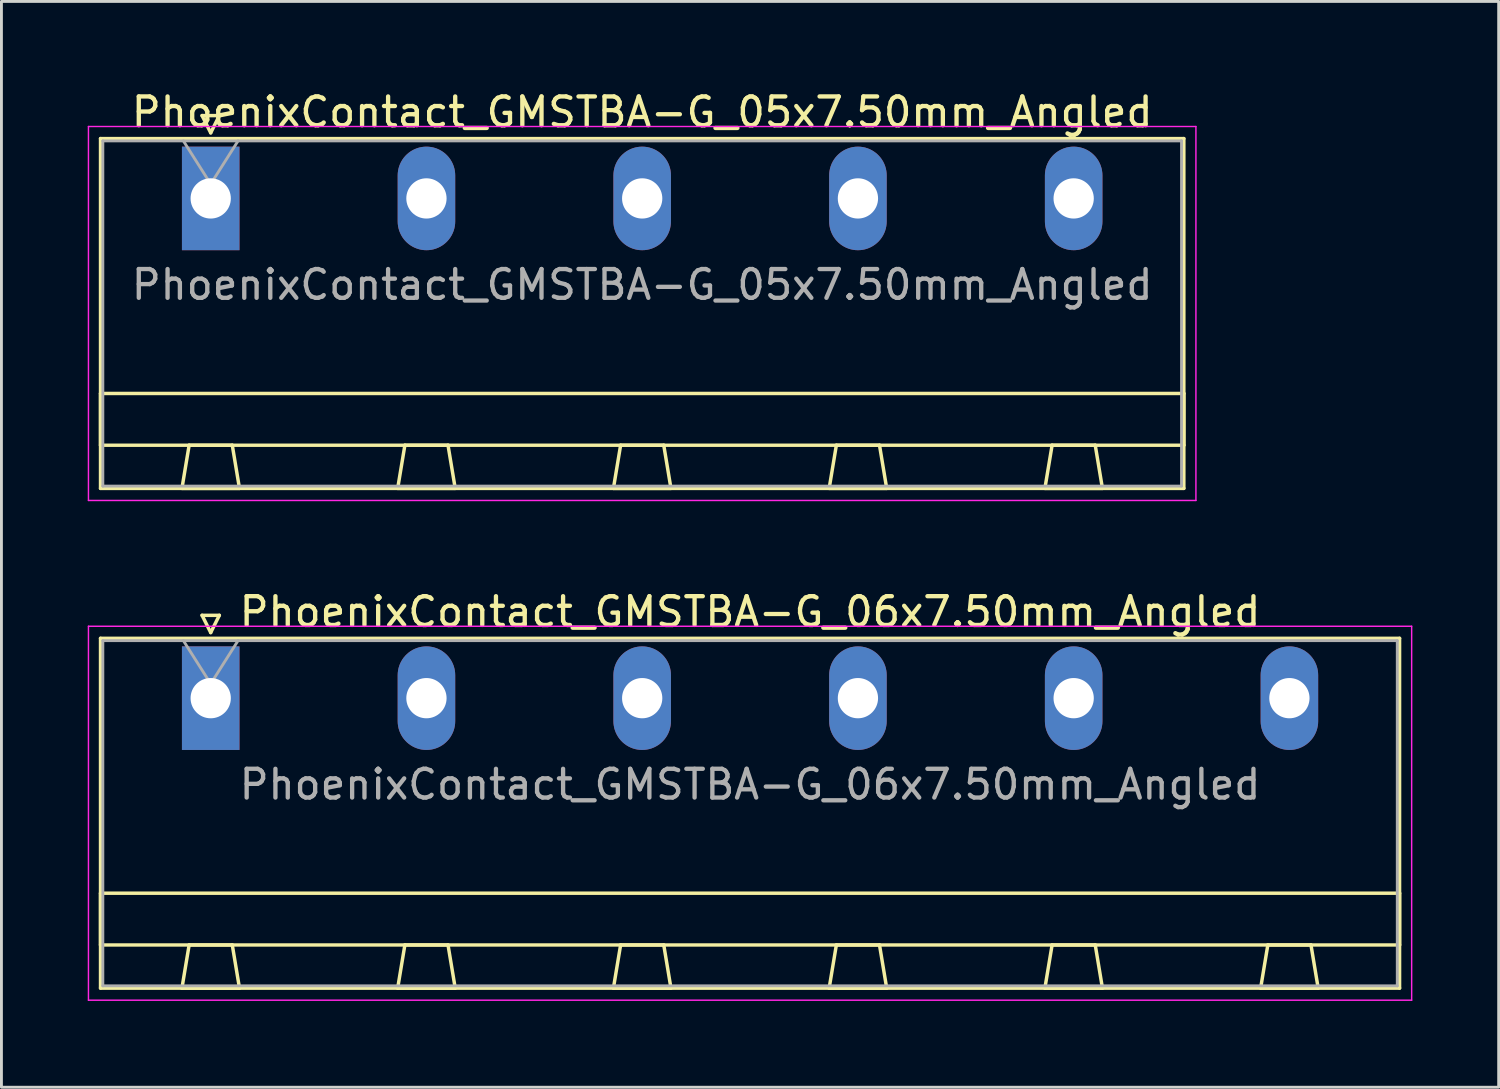
<source format=kicad_pcb>
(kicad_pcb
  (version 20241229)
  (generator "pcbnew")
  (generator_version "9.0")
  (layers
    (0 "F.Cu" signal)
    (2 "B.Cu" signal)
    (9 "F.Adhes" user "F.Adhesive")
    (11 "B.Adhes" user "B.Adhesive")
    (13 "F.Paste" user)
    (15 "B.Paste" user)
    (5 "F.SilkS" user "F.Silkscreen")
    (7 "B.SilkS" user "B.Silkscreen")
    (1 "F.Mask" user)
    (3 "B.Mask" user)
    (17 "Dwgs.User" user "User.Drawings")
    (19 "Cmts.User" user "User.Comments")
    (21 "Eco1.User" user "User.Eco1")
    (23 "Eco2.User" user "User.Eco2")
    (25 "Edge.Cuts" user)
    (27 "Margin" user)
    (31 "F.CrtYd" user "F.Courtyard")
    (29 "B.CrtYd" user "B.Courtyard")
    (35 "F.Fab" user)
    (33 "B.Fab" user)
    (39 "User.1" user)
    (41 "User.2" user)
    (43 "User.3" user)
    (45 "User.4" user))
  (footprint "PhoenixContact_GMSTBA-G_06x7.50mm_Angled"
    (layer "F.Cu")
    (at 4.275 21.221)
    (property "Reference" "PhoenixContact_GMSTBA-G_06x7.50mm_Angled" (at 18.75 -3 0) (layer "F.SilkS") (effects (font (size 1 1) (thickness 0.15))))
    (attr through_hole)
    (fp_line (start -3.83 -2.08) (end -3.83 10.08) (stroke (width 0.12) (type solid)) (layer "F.SilkS"))
    (fp_line (start -3.83 6.78) (end 41.33 6.78) (stroke (width 0.12) (type solid)) (layer "F.SilkS"))
    (fp_line (start -3.83 8.58) (end -3.83 6.78) (stroke (width 0.12) (type solid)) (layer "F.SilkS"))
    (fp_line (start -3.83 10.08) (end 41.33 10.08) (stroke (width 0.12) (type solid)) (layer "F.SilkS"))
    (fp_line (start -1 10.08) (end 1 10.08) (stroke (width 0.12) (type solid)) (layer "F.SilkS"))
    (fp_line (start -0.75 8.58) (end -1 10.08) (stroke (width 0.12) (type solid)) (layer "F.SilkS"))
    (fp_line (start -0.3 -2.88) (end 0.3 -2.88) (stroke (width 0.12) (type solid)) (layer "F.SilkS"))
    (fp_line (start 0 -2.28) (end -0.3 -2.88) (stroke (width 0.12) (type solid)) (layer "F.SilkS"))
    (fp_line (start 0.3 -2.88) (end 0 -2.28) (stroke (width 0.12) (type solid)) (layer "F.SilkS"))
    (fp_line (start 0.75 8.58) (end -0.75 8.58) (stroke (width 0.12) (type solid)) (layer "F.SilkS"))
    (fp_line (start 1 10.08) (end 0.75 8.58) (stroke (width 0.12) (type solid)) (layer "F.SilkS"))
    (fp_line (start 6.5 10.08) (end 8.5 10.08) (stroke (width 0.12) (type solid)) (layer "F.SilkS"))
    (fp_line (start 6.75 8.58) (end 6.5 10.08) (stroke (width 0.12) (type solid)) (layer "F.SilkS"))
    (fp_line (start 8.25 8.58) (end 6.75 8.58) (stroke (width 0.12) (type solid)) (layer "F.SilkS"))
    (fp_line (start 8.5 10.08) (end 8.25 8.58) (stroke (width 0.12) (type solid)) (layer "F.SilkS"))
    (fp_line (start 14 10.08) (end 16 10.08) (stroke (width 0.12) (type solid)) (layer "F.SilkS"))
    (fp_line (start 14.25 8.58) (end 14 10.08) (stroke (width 0.12) (type solid)) (layer "F.SilkS"))
    (fp_line (start 15.75 8.58) (end 14.25 8.58) (stroke (width 0.12) (type solid)) (layer "F.SilkS"))
    (fp_line (start 16 10.08) (end 15.75 8.58) (stroke (width 0.12) (type solid)) (layer "F.SilkS"))
    (fp_line (start 21.5 10.08) (end 23.5 10.08) (stroke (width 0.12) (type solid)) (layer "F.SilkS"))
    (fp_line (start 21.75 8.58) (end 21.5 10.08) (stroke (width 0.12) (type solid)) (layer "F.SilkS"))
    (fp_line (start 23.25 8.58) (end 21.75 8.58) (stroke (width 0.12) (type solid)) (layer "F.SilkS"))
    (fp_line (start 23.5 10.08) (end 23.25 8.58) (stroke (width 0.12) (type solid)) (layer "F.SilkS"))
    (fp_line (start 29 10.08) (end 31 10.08) (stroke (width 0.12) (type solid)) (layer "F.SilkS"))
    (fp_line (start 29.25 8.58) (end 29 10.08) (stroke (width 0.12) (type solid)) (layer "F.SilkS"))
    (fp_line (start 30.75 8.58) (end 29.25 8.58) (stroke (width 0.12) (type solid)) (layer "F.SilkS"))
    (fp_line (start 31 10.08) (end 30.75 8.58) (stroke (width 0.12) (type solid)) (layer "F.SilkS"))
    (fp_line (start 36.5 10.08) (end 38.5 10.08) (stroke (width 0.12) (type solid)) (layer "F.SilkS"))
    (fp_line (start 36.75 8.58) (end 36.5 10.08) (stroke (width 0.12) (type solid)) (layer "F.SilkS"))
    (fp_line (start 38.25 8.58) (end 36.75 8.58) (stroke (width 0.12) (type solid)) (layer "F.SilkS"))
    (fp_line (start 38.5 10.08) (end 38.25 8.58) (stroke (width 0.12) (type solid)) (layer "F.SilkS"))
    (fp_line (start 41.33 -2.08) (end -3.83 -2.08) (stroke (width 0.12) (type solid)) (layer "F.SilkS"))
    (fp_line (start 41.33 6.78) (end 41.33 8.58) (stroke (width 0.12) (type solid)) (layer "F.SilkS"))
    (fp_line (start 41.33 8.58) (end -3.83 8.58) (stroke (width 0.12) (type solid)) (layer "F.SilkS"))
    (fp_line (start 41.33 10.08) (end 41.33 -2.08) (stroke (width 0.12) (type solid)) (layer "F.SilkS"))
    (fp_line (start -4.25 -2.5) (end -4.25 10.5) (stroke (width 0.05) (type solid)) (layer "F.CrtYd"))
    (fp_line (start -4.25 10.5) (end 41.75 10.5) (stroke (width 0.05) (type solid)) (layer "F.CrtYd"))
    (fp_line (start 41.75 -2.5) (end -4.25 -2.5) (stroke (width 0.05) (type solid)) (layer "F.CrtYd"))
    (fp_line (start 41.75 10.5) (end 41.75 -2.5) (stroke (width 0.05) (type solid)) (layer "F.CrtYd"))
    (fp_line (start -3.75 -2) (end -3.75 10) (stroke (width 0.1) (type solid)) (layer "F.Fab"))
    (fp_line (start -3.75 10) (end 41.25 10) (stroke (width 0.1) (type solid)) (layer "F.Fab"))
    (fp_line (start 0 -0.5) (end -0.95 -2) (stroke (width 0.1) (type solid)) (layer "F.Fab"))
    (fp_line (start 0.95 -2) (end 0 -0.5) (stroke (width 0.1) (type solid)) (layer "F.Fab"))
    (fp_line (start 41.25 -2) (end -3.75 -2) (stroke (width 0.1) (type solid)) (layer "F.Fab"))
    (fp_line (start 41.25 10) (end 41.25 -2) (stroke (width 0.1) (type solid)) (layer "F.Fab"))
    (fp_text user "${REFERENCE}" (at 18.75 3 0) (layer "F.Fab") (effects (font (size 1 1) (thickness 0.15))))
    (pad "1" thru_hole rect (at 0 0) (size 2 3.6) (drill 1.4) (layers "*.Cu" "*.Mask"))
    (pad "2" thru_hole oval (at 7.5 0) (size 2 3.6) (drill 1.4) (layers "*.Cu" "*.Mask"))
    (pad "3" thru_hole oval (at 15 0) (size 2 3.6) (drill 1.4) (layers "*.Cu" "*.Mask"))
    (pad "4" thru_hole oval (at 22.5 0) (size 2 3.6) (drill 1.4) (layers "*.Cu" "*.Mask"))
    (pad "5" thru_hole oval (at 30 0) (size 2 3.6) (drill 1.4) (layers "*.Cu" "*.Mask"))
    (pad "6" thru_hole oval (at 37.5 0) (size 2 3.6) (drill 1.4) (layers "*.Cu" "*.Mask")))
  (footprint "PhoenixContact_GMSTBA-G_05x7.50mm_Angled"
    (layer "F.Cu")
    (at 4.275 3.848)
    (property "Reference" "PhoenixContact_GMSTBA-G_05x7.50mm_Angled" (at 15 -3 0) (layer "F.SilkS") (effects (font (size 1 1) (thickness 0.15))))
    (attr through_hole)
    (fp_line (start -3.83 -2.08) (end -3.83 10.08) (stroke (width 0.12) (type solid)) (layer "F.SilkS"))
    (fp_line (start -3.83 6.78) (end 33.83 6.78) (stroke (width 0.12) (type solid)) (layer "F.SilkS"))
    (fp_line (start -3.83 8.58) (end -3.83 6.78) (stroke (width 0.12) (type solid)) (layer "F.SilkS"))
    (fp_line (start -3.83 10.08) (end 33.83 10.08) (stroke (width 0.12) (type solid)) (layer "F.SilkS"))
    (fp_line (start -1 10.08) (end 1 10.08) (stroke (width 0.12) (type solid)) (layer "F.SilkS"))
    (fp_line (start -0.75 8.58) (end -1 10.08) (stroke (width 0.12) (type solid)) (layer "F.SilkS"))
    (fp_line (start -0.3 -2.88) (end 0.3 -2.88) (stroke (width 0.12) (type solid)) (layer "F.SilkS"))
    (fp_line (start 0 -2.28) (end -0.3 -2.88) (stroke (width 0.12) (type solid)) (layer "F.SilkS"))
    (fp_line (start 0.3 -2.88) (end 0 -2.28) (stroke (width 0.12) (type solid)) (layer "F.SilkS"))
    (fp_line (start 0.75 8.58) (end -0.75 8.58) (stroke (width 0.12) (type solid)) (layer "F.SilkS"))
    (fp_line (start 1 10.08) (end 0.75 8.58) (stroke (width 0.12) (type solid)) (layer "F.SilkS"))
    (fp_line (start 6.5 10.08) (end 8.5 10.08) (stroke (width 0.12) (type solid)) (layer "F.SilkS"))
    (fp_line (start 6.75 8.58) (end 6.5 10.08) (stroke (width 0.12) (type solid)) (layer "F.SilkS"))
    (fp_line (start 8.25 8.58) (end 6.75 8.58) (stroke (width 0.12) (type solid)) (layer "F.SilkS"))
    (fp_line (start 8.5 10.08) (end 8.25 8.58) (stroke (width 0.12) (type solid)) (layer "F.SilkS"))
    (fp_line (start 14 10.08) (end 16 10.08) (stroke (width 0.12) (type solid)) (layer "F.SilkS"))
    (fp_line (start 14.25 8.58) (end 14 10.08) (stroke (width 0.12) (type solid)) (layer "F.SilkS"))
    (fp_line (start 15.75 8.58) (end 14.25 8.58) (stroke (width 0.12) (type solid)) (layer "F.SilkS"))
    (fp_line (start 16 10.08) (end 15.75 8.58) (stroke (width 0.12) (type solid)) (layer "F.SilkS"))
    (fp_line (start 21.5 10.08) (end 23.5 10.08) (stroke (width 0.12) (type solid)) (layer "F.SilkS"))
    (fp_line (start 21.75 8.58) (end 21.5 10.08) (stroke (width 0.12) (type solid)) (layer "F.SilkS"))
    (fp_line (start 23.25 8.58) (end 21.75 8.58) (stroke (width 0.12) (type solid)) (layer "F.SilkS"))
    (fp_line (start 23.5 10.08) (end 23.25 8.58) (stroke (width 0.12) (type solid)) (layer "F.SilkS"))
    (fp_line (start 29 10.08) (end 31 10.08) (stroke (width 0.12) (type solid)) (layer "F.SilkS"))
    (fp_line (start 29.25 8.58) (end 29 10.08) (stroke (width 0.12) (type solid)) (layer "F.SilkS"))
    (fp_line (start 30.75 8.58) (end 29.25 8.58) (stroke (width 0.12) (type solid)) (layer "F.SilkS"))
    (fp_line (start 31 10.08) (end 30.75 8.58) (stroke (width 0.12) (type solid)) (layer "F.SilkS"))
    (fp_line (start 33.83 -2.08) (end -3.83 -2.08) (stroke (width 0.12) (type solid)) (layer "F.SilkS"))
    (fp_line (start 33.83 6.78) (end 33.83 8.58) (stroke (width 0.12) (type solid)) (layer "F.SilkS"))
    (fp_line (start 33.83 8.58) (end -3.83 8.58) (stroke (width 0.12) (type solid)) (layer "F.SilkS"))
    (fp_line (start 33.83 10.08) (end 33.83 -2.08) (stroke (width 0.12) (type solid)) (layer "F.SilkS"))
    (fp_line (start -4.25 -2.5) (end -4.25 10.5) (stroke (width 0.05) (type solid)) (layer "F.CrtYd"))
    (fp_line (start -4.25 10.5) (end 34.25 10.5) (stroke (width 0.05) (type solid)) (layer "F.CrtYd"))
    (fp_line (start 34.25 -2.5) (end -4.25 -2.5) (stroke (width 0.05) (type solid)) (layer "F.CrtYd"))
    (fp_line (start 34.25 10.5) (end 34.25 -2.5) (stroke (width 0.05) (type solid)) (layer "F.CrtYd"))
    (fp_line (start -3.75 -2) (end -3.75 10) (stroke (width 0.1) (type solid)) (layer "F.Fab"))
    (fp_line (start -3.75 10) (end 33.75 10) (stroke (width 0.1) (type solid)) (layer "F.Fab"))
    (fp_line (start 0 -0.5) (end -0.95 -2) (stroke (width 0.1) (type solid)) (layer "F.Fab"))
    (fp_line (start 0.95 -2) (end 0 -0.5) (stroke (width 0.1) (type solid)) (layer "F.Fab"))
    (fp_line (start 33.75 -2) (end -3.75 -2) (stroke (width 0.1) (type solid)) (layer "F.Fab"))
    (fp_line (start 33.75 10) (end 33.75 -2) (stroke (width 0.1) (type solid)) (layer "F.Fab"))
    (fp_text user "${REFERENCE}" (at 15 3 0) (layer "F.Fab") (effects (font (size 1 1) (thickness 0.15))))
    (pad "1" thru_hole rect (at 0 0) (size 2 3.6) (drill 1.4) (layers "*.Cu" "*.Mask"))
    (pad "2" thru_hole oval (at 7.5 0) (size 2 3.6) (drill 1.4) (layers "*.Cu" "*.Mask"))
    (pad "3" thru_hole oval (at 15 0) (size 2 3.6) (drill 1.4) (layers "*.Cu" "*.Mask"))
    (pad "4" thru_hole oval (at 22.5 0) (size 2 3.6) (drill 1.4) (layers "*.Cu" "*.Mask"))
    (pad "5" thru_hole oval (at 30 0) (size 2 3.6) (drill 1.4) (layers "*.Cu" "*.Mask")))
  (gr_rect
    (start -3 -3)
    (end 49.05 34.746)
    (stroke (width 0.1) (type default))
    (fill no)
    (layer "Edge.Cuts")))
</source>
